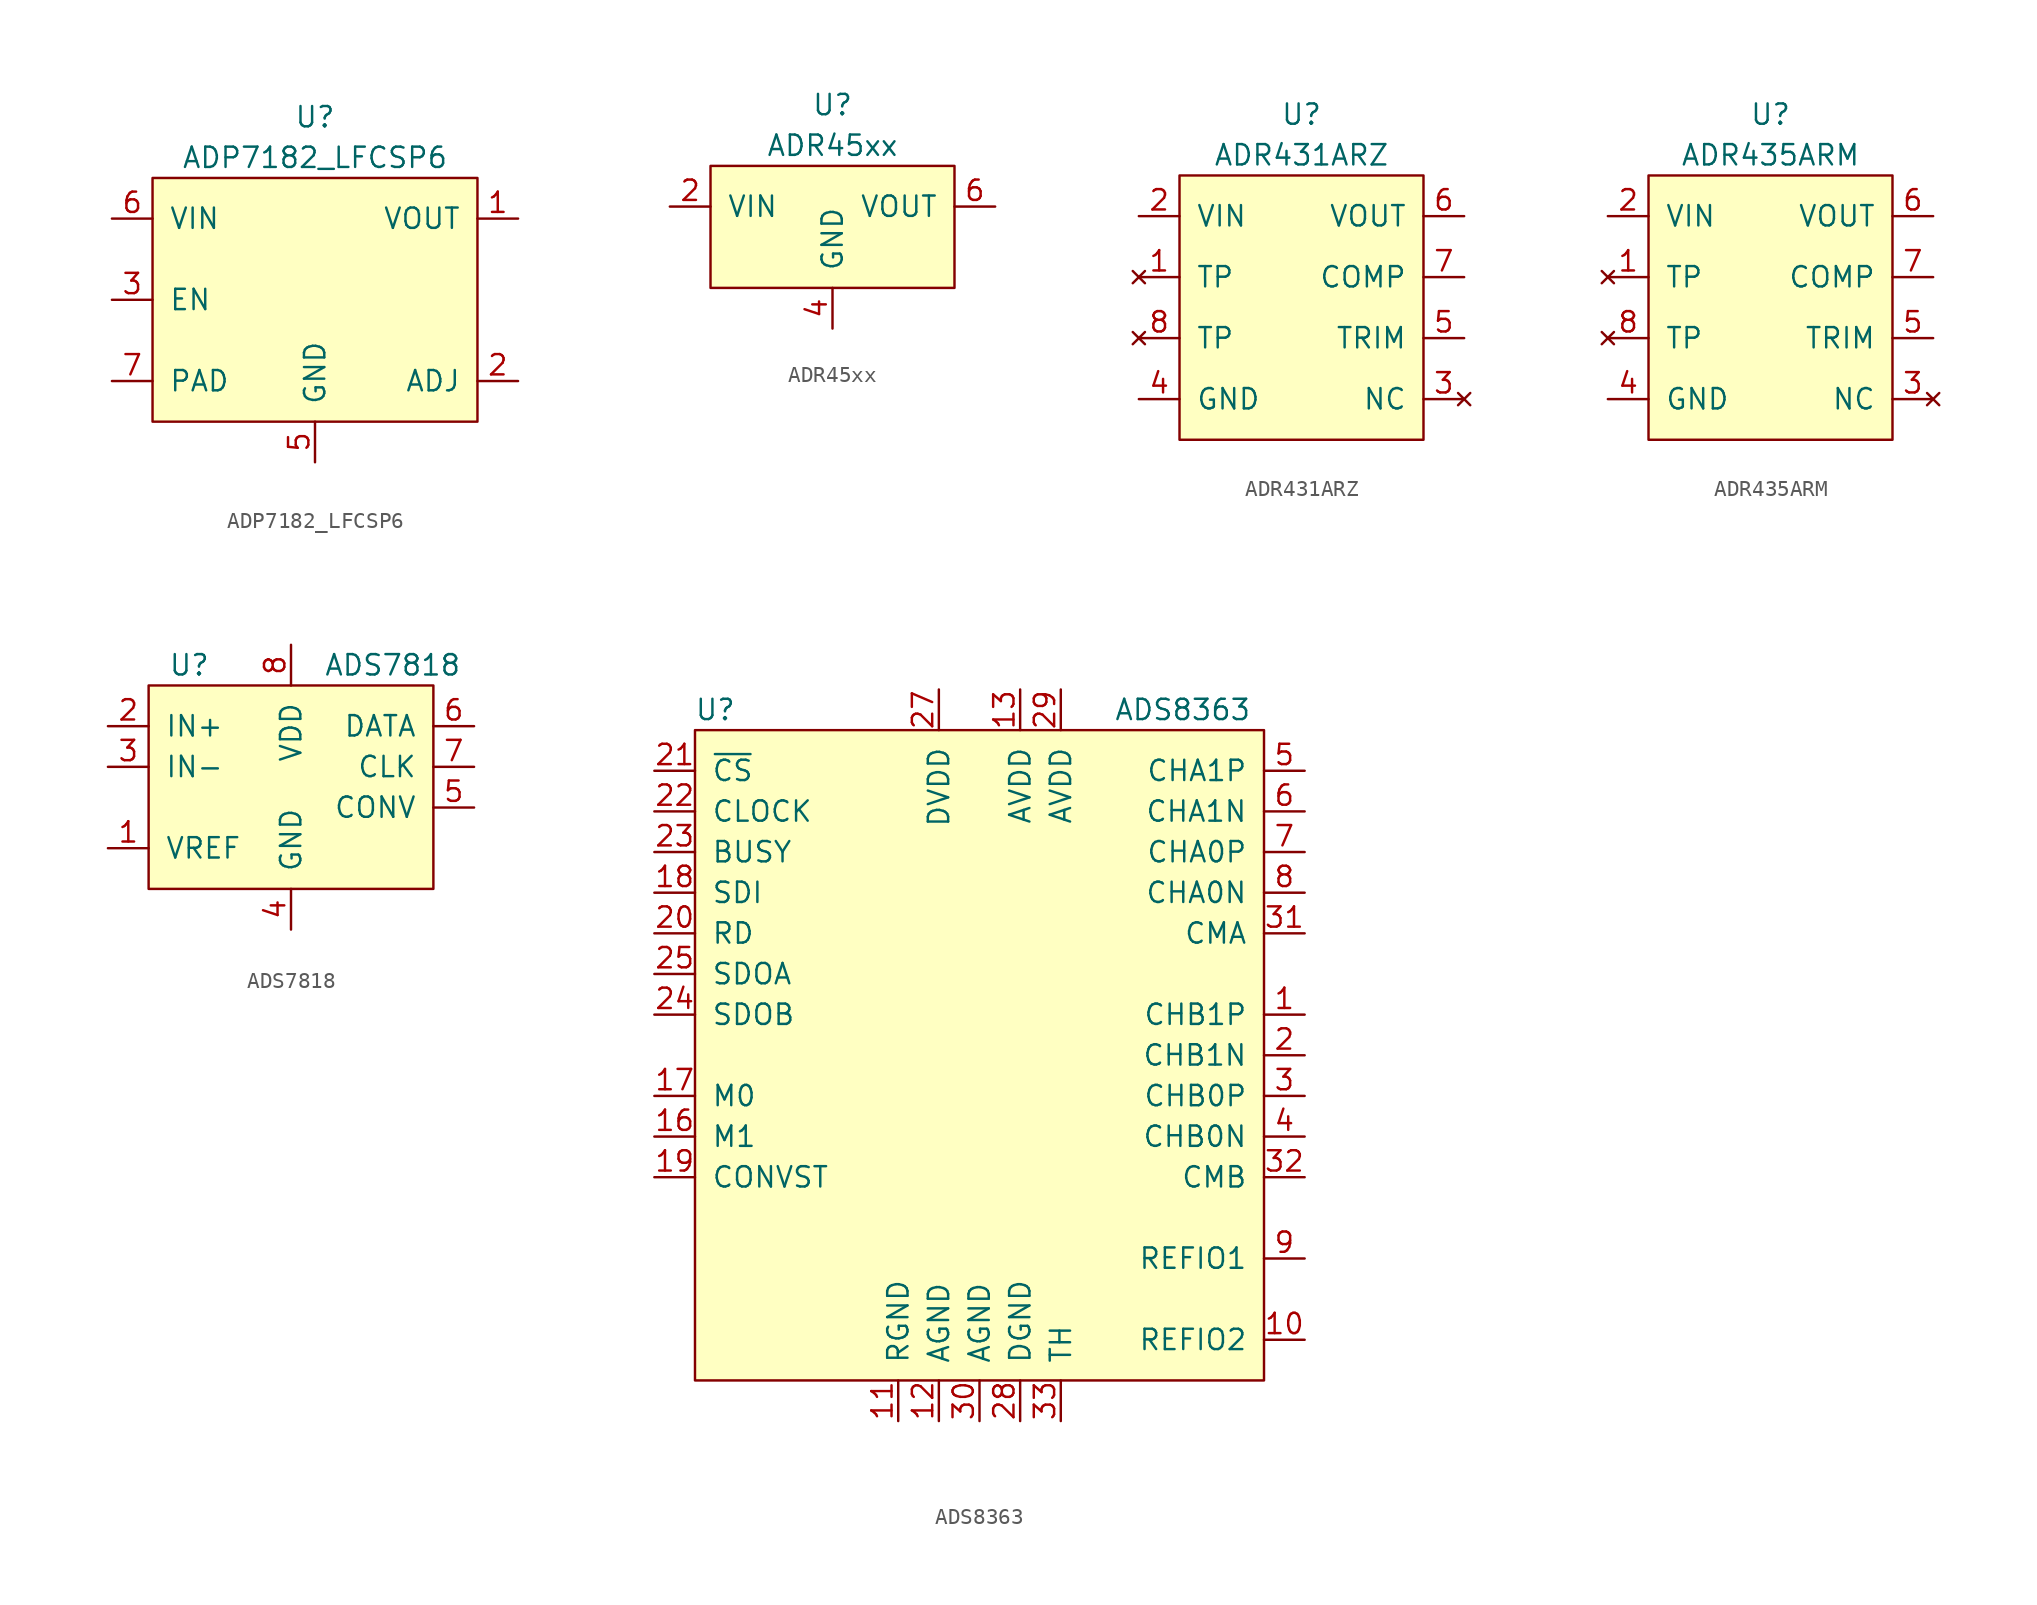
<source format=kicad_sym>
(kicad_symbol_lib
  (version 20220914)
  (generator kicad_symbol_editor)
  (symbol "ADP7182_LFCSP6"
    (pin_names
      (offset 1.016))
    (property "Reference" "U"
      (at 0 11.43 0)
      (effects (font (size 1.27 1.27))))
    (property "Value" "ADP7182_LFCSP6"
      (at 0 8.89 0)
      (effects (font (size 1.27 1.27))))
    (symbol "ADP7182_LFCSP6_0_1"
      (rectangle (start -10.16 7.62) (end 10.16 -7.62) (stroke (width 0) (type default)) (fill (type background))))
    (symbol "ADP7182_LFCSP6_1_1"
      (pin power_out line (at 12.7 5.08 180) (length 2.54) (name "VOUT" (effects (font (size 1.27 1.27)))) (number "1" (effects (font (size 1.27 1.27)))))
      (pin passive line (at 12.7 -5.08 180) (length 2.54) (name "ADJ" (effects (font (size 1.27 1.27)))) (number "2" (effects (font (size 1.27 1.27)))))
      (pin passive line (at -12.7 0 0) (length 2.54) (name "EN" (effects (font (size 1.27 1.27)))) (number "3" (effects (font (size 1.27 1.27)))))
      (pin no_connect non_logic (at 10.16 0 180) (length 0) hide (name "NC" (effects (font (size 1.27 1.27)))) (number "4" (effects (font (size 1.27 1.27)))))
      (pin passive line (at 0 -10.16 90) (length 2.54) (name "GND" (effects (font (size 1.27 1.27)))) (number "5" (effects (font (size 1.27 1.27)))))
      (pin power_in line (at -12.7 5.08 0) (length 2.54) (name "VIN" (effects (font (size 1.27 1.27)))) (number "6" (effects (font (size 1.27 1.27)))))
      (pin passive line (at -12.7 -5.08 0) (length 2.54) (name "PAD" (effects (font (size 1.27 1.27)))) (number "7" (effects (font (size 1.27 1.27)))))))
  (symbol "ADR45xx"
    (pin_names
      (offset 1.016))
    (property "Reference" "U"
      (at 0 7.62 0)
      (effects (font (size 1.27 1.27))))
    (property "Value" "ADR45xx"
      (at 0 5.08 0)
      (effects (font (size 1.27 1.27))))
    (symbol "ADR45xx_0_1"
      (rectangle (start -7.62 3.81) (end 7.62 -3.81) (stroke (width 0) (type default)) (fill (type background))))
    (symbol "ADR45xx_1_1"
      (pin no_connect non_logic (at -6.35 -3.81 270) (length 0) hide (name "NC" (effects (font (size 1.27 1.27)))) (number "1" (effects (font (size 1.27 1.27)))))
      (pin passive line (at -10.16 1.27 0) (length 2.54) (name "VIN" (effects (font (size 1.27 1.27)))) (number "2" (effects (font (size 1.27 1.27)))))
      (pin no_connect non_logic (at -3.81 -3.81 270) (length 0) hide (name "NC" (effects (font (size 1.27 1.27)))) (number "3" (effects (font (size 1.27 1.27)))))
      (pin passive line (at 0 -6.35 90) (length 2.54) (name "GND" (effects (font (size 1.27 1.27)))) (number "4" (effects (font (size 1.27 1.27)))))
      (pin no_connect non_logic (at 2.54 -3.81 270) (length 0) hide (name "NC" (effects (font (size 1.27 1.27)))) (number "5" (effects (font (size 1.27 1.27)))))
      (pin passive line (at 10.16 1.27 180) (length 2.54) (name "VOUT" (effects (font (size 1.27 1.27)))) (number "6" (effects (font (size 1.27 1.27)))))
      (pin no_connect non_logic (at 5.08 -3.81 270) (length 0) hide (name "NC" (effects (font (size 1.27 1.27)))) (number "7" (effects (font (size 1.27 1.27)))))
      (pin no_connect non_logic (at 7.62 -2.54 0) (length 0) hide (name "DNC" (effects (font (size 1.27 1.27)))) (number "8" (effects (font (size 1.27 1.27)))))))
  (symbol "ADR431ARZ"
    (pin_names
      (offset 1.016))
    (property "Reference" "U"
      (at 0 11.43 0)
      (effects (font (size 1.27 1.27))))
    (property "Value" "ADR431ARZ"
      (at 0 8.89 0)
      (effects (font (size 1.27 1.27))))
    (symbol "ADR431ARZ_0_1"
      (rectangle (start -7.62 7.62) (end 7.62 -8.89) (stroke (width 0) (type default)) (fill (type background))))
    (symbol "ADR431ARZ_1_1"
      (pin no_connect line (at -10.16 1.27 0) (length 2.54) (name "TP" (effects (font (size 1.27 1.27)))) (number "1" (effects (font (size 1.27 1.27)))))
      (pin power_in line (at -10.16 5.08 0) (length 2.54) (name "VIN" (effects (font (size 1.27 1.27)))) (number "2" (effects (font (size 1.27 1.27)))))
      (pin no_connect line (at 10.16 -6.35 180) (length 2.54) (name "NC" (effects (font (size 1.27 1.27)))) (number "3" (effects (font (size 1.27 1.27)))))
      (pin passive line (at -10.16 -6.35 0) (length 2.54) (name "GND" (effects (font (size 1.27 1.27)))) (number "4" (effects (font (size 1.27 1.27)))))
      (pin input line (at 10.16 -2.54 180) (length 2.54) (name "TRIM" (effects (font (size 1.27 1.27)))) (number "5" (effects (font (size 1.27 1.27)))))
      (pin power_out line (at 10.16 5.08 180) (length 2.54) (name "VOUT" (effects (font (size 1.27 1.27)))) (number "6" (effects (font (size 1.27 1.27)))))
      (pin input line (at 10.16 1.27 180) (length 2.54) (name "COMP" (effects (font (size 1.27 1.27)))) (number "7" (effects (font (size 1.27 1.27)))))
      (pin no_connect line (at -10.16 -2.54 0) (length 2.54) (name "TP" (effects (font (size 1.27 1.27)))) (number "8" (effects (font (size 1.27 1.27)))))))
  (symbol "ADR435ARM"
    (pin_names
      (offset 1.016))
    (property "Reference" "U"
      (at 0 11.43 0)
      (effects (font (size 1.27 1.27))))
    (property "Value" "ADR435ARM"
      (at 0 8.89 0)
      (effects (font (size 1.27 1.27))))
    (symbol "ADR435ARM_0_1"
      (rectangle (start -7.62 7.62) (end 7.62 -8.89) (stroke (width 0) (type default)) (fill (type background))))
    (symbol "ADR435ARM_1_1"
      (pin no_connect line (at -10.16 1.27 0) (length 2.54) (name "TP" (effects (font (size 1.27 1.27)))) (number "1" (effects (font (size 1.27 1.27)))))
      (pin power_in line (at -10.16 5.08 0) (length 2.54) (name "VIN" (effects (font (size 1.27 1.27)))) (number "2" (effects (font (size 1.27 1.27)))))
      (pin no_connect line (at 10.16 -6.35 180) (length 2.54) (name "NC" (effects (font (size 1.27 1.27)))) (number "3" (effects (font (size 1.27 1.27)))))
      (pin passive line (at -10.16 -6.35 0) (length 2.54) (name "GND" (effects (font (size 1.27 1.27)))) (number "4" (effects (font (size 1.27 1.27)))))
      (pin input line (at 10.16 -2.54 180) (length 2.54) (name "TRIM" (effects (font (size 1.27 1.27)))) (number "5" (effects (font (size 1.27 1.27)))))
      (pin power_out line (at 10.16 5.08 180) (length 2.54) (name "VOUT" (effects (font (size 1.27 1.27)))) (number "6" (effects (font (size 1.27 1.27)))))
      (pin input line (at 10.16 1.27 180) (length 2.54) (name "COMP" (effects (font (size 1.27 1.27)))) (number "7" (effects (font (size 1.27 1.27)))))
      (pin no_connect line (at -10.16 -2.54 0) (length 2.54) (name "TP" (effects (font (size 1.27 1.27)))) (number "8" (effects (font (size 1.27 1.27)))))))
  (symbol "ADS7818"
    (pin_names
      (offset 1.016))
    (property "Reference" "U"
      (at -6.35 7.62 0)
      (effects (font (size 1.27 1.27))))
    (property "Value" "ADS7818"
      (at 6.35 7.62 0)
      (effects (font (size 1.27 1.27))))
    (symbol "ADS7818_0_1"
      (rectangle (start -8.89 6.35) (end 8.89 -6.35) (stroke (width 0) (type default)) (fill (type background))))
    (symbol "ADS7818_1_1"
      (pin output line (at -11.43 -3.81 0) (length 2.54) (name "VREF" (effects (font (size 1.27 1.27)))) (number "1" (effects (font (size 1.27 1.27)))))
      (pin input line (at -11.43 3.81 0) (length 2.54) (name "IN+" (effects (font (size 1.27 1.27)))) (number "2" (effects (font (size 1.27 1.27)))))
      (pin input line (at -11.43 1.27 0) (length 2.54) (name "IN-" (effects (font (size 1.27 1.27)))) (number "3" (effects (font (size 1.27 1.27)))))
      (pin input line (at 0 -8.89 90) (length 2.54) (name "GND" (effects (font (size 1.27 1.27)))) (number "4" (effects (font (size 1.27 1.27)))))
      (pin input line (at 11.43 -1.27 180) (length 2.54) (name "CONV" (effects (font (size 1.27 1.27)))) (number "5" (effects (font (size 1.27 1.27)))))
      (pin input line (at 11.43 3.81 180) (length 2.54) (name "DATA" (effects (font (size 1.27 1.27)))) (number "6" (effects (font (size 1.27 1.27)))))
      (pin input line (at 11.43 1.27 180) (length 2.54) (name "CLK" (effects (font (size 1.27 1.27)))) (number "7" (effects (font (size 1.27 1.27)))))
      (pin passive line (at 0 8.89 270) (length 2.54) (name "VDD" (effects (font (size 1.27 1.27)))) (number "8" (effects (font (size 1.27 1.27)))))))
  (symbol "ADS8363"
    (pin_names
      (offset 1.016))
    (property "Reference" "U"
      (at -16.51 21.59 0)
      (effects (font (size 1.27 1.27))))
    (property "Value" "ADS8363"
      (at 12.7 21.59 0)
      (effects (font (size 1.27 1.27))))
    (symbol "ADS8363_0_1"
      (rectangle (start -17.78 20.32) (end 17.78 -20.32) (stroke (width 0) (type default)) (fill (type background))))
    (symbol "ADS8363_1_1"
      (pin input line (at 20.32 2.54 180) (length 2.54) (name "CHB1P" (effects (font (size 1.27 1.27)))) (number "1" (effects (font (size 1.27 1.27)))))
      (pin bidirectional line (at 20.32 -17.78 180) (length 2.54) (name "REFIO2" (effects (font (size 1.27 1.27)))) (number "10" (effects (font (size 1.27 1.27)))))
      (pin passive line (at -5.08 -22.86 90) (length 2.54) (name "RGND" (effects (font (size 1.27 1.27)))) (number "11" (effects (font (size 1.27 1.27)))))
      (pin passive line (at -2.54 -22.86 90) (length 2.54) (name "AGND" (effects (font (size 1.27 1.27)))) (number "12" (effects (font (size 1.27 1.27)))))
      (pin passive line (at 2.54 22.86 270) (length 2.54) (name "AVDD" (effects (font (size 1.27 1.27)))) (number "13" (effects (font (size 1.27 1.27)))))
      (pin no_connect non_logic (at -17.78 -16.51 180) (length 0) hide (name "NC" (effects (font (size 1.27 1.27)))) (number "14" (effects (font (size 1.27 1.27)))))
      (pin no_connect non_logic (at -17.78 -13.97 180) (length 0) hide (name "NC" (effects (font (size 1.27 1.27)))) (number "15" (effects (font (size 1.27 1.27)))))
      (pin input line (at -20.32 -5.08 0) (length 2.54) (name "M1" (effects (font (size 1.27 1.27)))) (number "16" (effects (font (size 1.27 1.27)))))
      (pin input line (at -20.32 -2.54 0) (length 2.54) (name "M0" (effects (font (size 1.27 1.27)))) (number "17" (effects (font (size 1.27 1.27)))))
      (pin input line (at -20.32 10.16 0) (length 2.54) (name "SDI" (effects (font (size 1.27 1.27)))) (number "18" (effects (font (size 1.27 1.27)))))
      (pin input line (at -20.32 -7.62 0) (length 2.54) (name "CONVST" (effects (font (size 1.27 1.27)))) (number "19" (effects (font (size 1.27 1.27)))))
      (pin input line (at 20.32 0 180) (length 2.54) (name "CHB1N" (effects (font (size 1.27 1.27)))) (number "2" (effects (font (size 1.27 1.27)))))
      (pin input line (at -20.32 7.62 0) (length 2.54) (name "RD" (effects (font (size 1.27 1.27)))) (number "20" (effects (font (size 1.27 1.27)))))
      (pin input line (at -20.32 17.78 0) (length 2.54) (name "~{CS}" (effects (font (size 1.27 1.27)))) (number "21" (effects (font (size 1.27 1.27)))))
      (pin input line (at -20.32 15.24 0) (length 2.54) (name "CLOCK" (effects (font (size 1.27 1.27)))) (number "22" (effects (font (size 1.27 1.27)))))
      (pin output line (at -20.32 12.7 0) (length 2.54) (name "BUSY" (effects (font (size 1.27 1.27)))) (number "23" (effects (font (size 1.27 1.27)))))
      (pin output line (at -20.32 2.54 0) (length 2.54) (name "SDOB" (effects (font (size 1.27 1.27)))) (number "24" (effects (font (size 1.27 1.27)))))
      (pin output line (at -20.32 5.08 0) (length 2.54) (name "SDOA" (effects (font (size 1.27 1.27)))) (number "25" (effects (font (size 1.27 1.27)))))
      (pin no_connect non_logic (at -17.78 -11.43 180) (length 0) hide (name "NC" (effects (font (size 1.27 1.27)))) (number "26" (effects (font (size 1.27 1.27)))))
      (pin passive line (at -2.54 22.86 270) (length 2.54) (name "DVDD" (effects (font (size 1.27 1.27)))) (number "27" (effects (font (size 1.27 1.27)))))
      (pin passive line (at 2.54 -22.86 90) (length 2.54) (name "DGND" (effects (font (size 1.27 1.27)))) (number "28" (effects (font (size 1.27 1.27)))))
      (pin passive line (at 5.08 22.86 270) (length 2.54) (name "AVDD" (effects (font (size 1.27 1.27)))) (number "29" (effects (font (size 1.27 1.27)))))
      (pin input line (at 20.32 -2.54 180) (length 2.54) (name "CHB0P" (effects (font (size 1.27 1.27)))) (number "3" (effects (font (size 1.27 1.27)))))
      (pin passive line (at 0 -22.86 90) (length 2.54) (name "AGND" (effects (font (size 1.27 1.27)))) (number "30" (effects (font (size 1.27 1.27)))))
      (pin input line (at 20.32 7.62 180) (length 2.54) (name "CMA" (effects (font (size 1.27 1.27)))) (number "31" (effects (font (size 1.27 1.27)))))
      (pin input line (at 20.32 -7.62 180) (length 2.54) (name "CMB" (effects (font (size 1.27 1.27)))) (number "32" (effects (font (size 1.27 1.27)))))
      (pin passive line (at 5.08 -22.86 90) (length 2.54) (name "TH" (effects (font (size 1.27 1.27)))) (number "33" (effects (font (size 1.27 1.27)))))
      (pin input line (at 20.32 -5.08 180) (length 2.54) (name "CHB0N" (effects (font (size 1.27 1.27)))) (number "4" (effects (font (size 1.27 1.27)))))
      (pin input line (at 20.32 17.78 180) (length 2.54) (name "CHA1P" (effects (font (size 1.27 1.27)))) (number "5" (effects (font (size 1.27 1.27)))))
      (pin input line (at 20.32 15.24 180) (length 2.54) (name "CHA1N" (effects (font (size 1.27 1.27)))) (number "6" (effects (font (size 1.27 1.27)))))
      (pin input line (at 20.32 12.7 180) (length 2.54) (name "CHA0P" (effects (font (size 1.27 1.27)))) (number "7" (effects (font (size 1.27 1.27)))))
      (pin input line (at 20.32 10.16 180) (length 2.54) (name "CHA0N" (effects (font (size 1.27 1.27)))) (number "8" (effects (font (size 1.27 1.27)))))
      (pin bidirectional line (at 20.32 -12.7 180) (length 2.54) (name "REFIO1" (effects (font (size 1.27 1.27)))) (number "9" (effects (font (size 1.27 1.27))))))))
</source>
